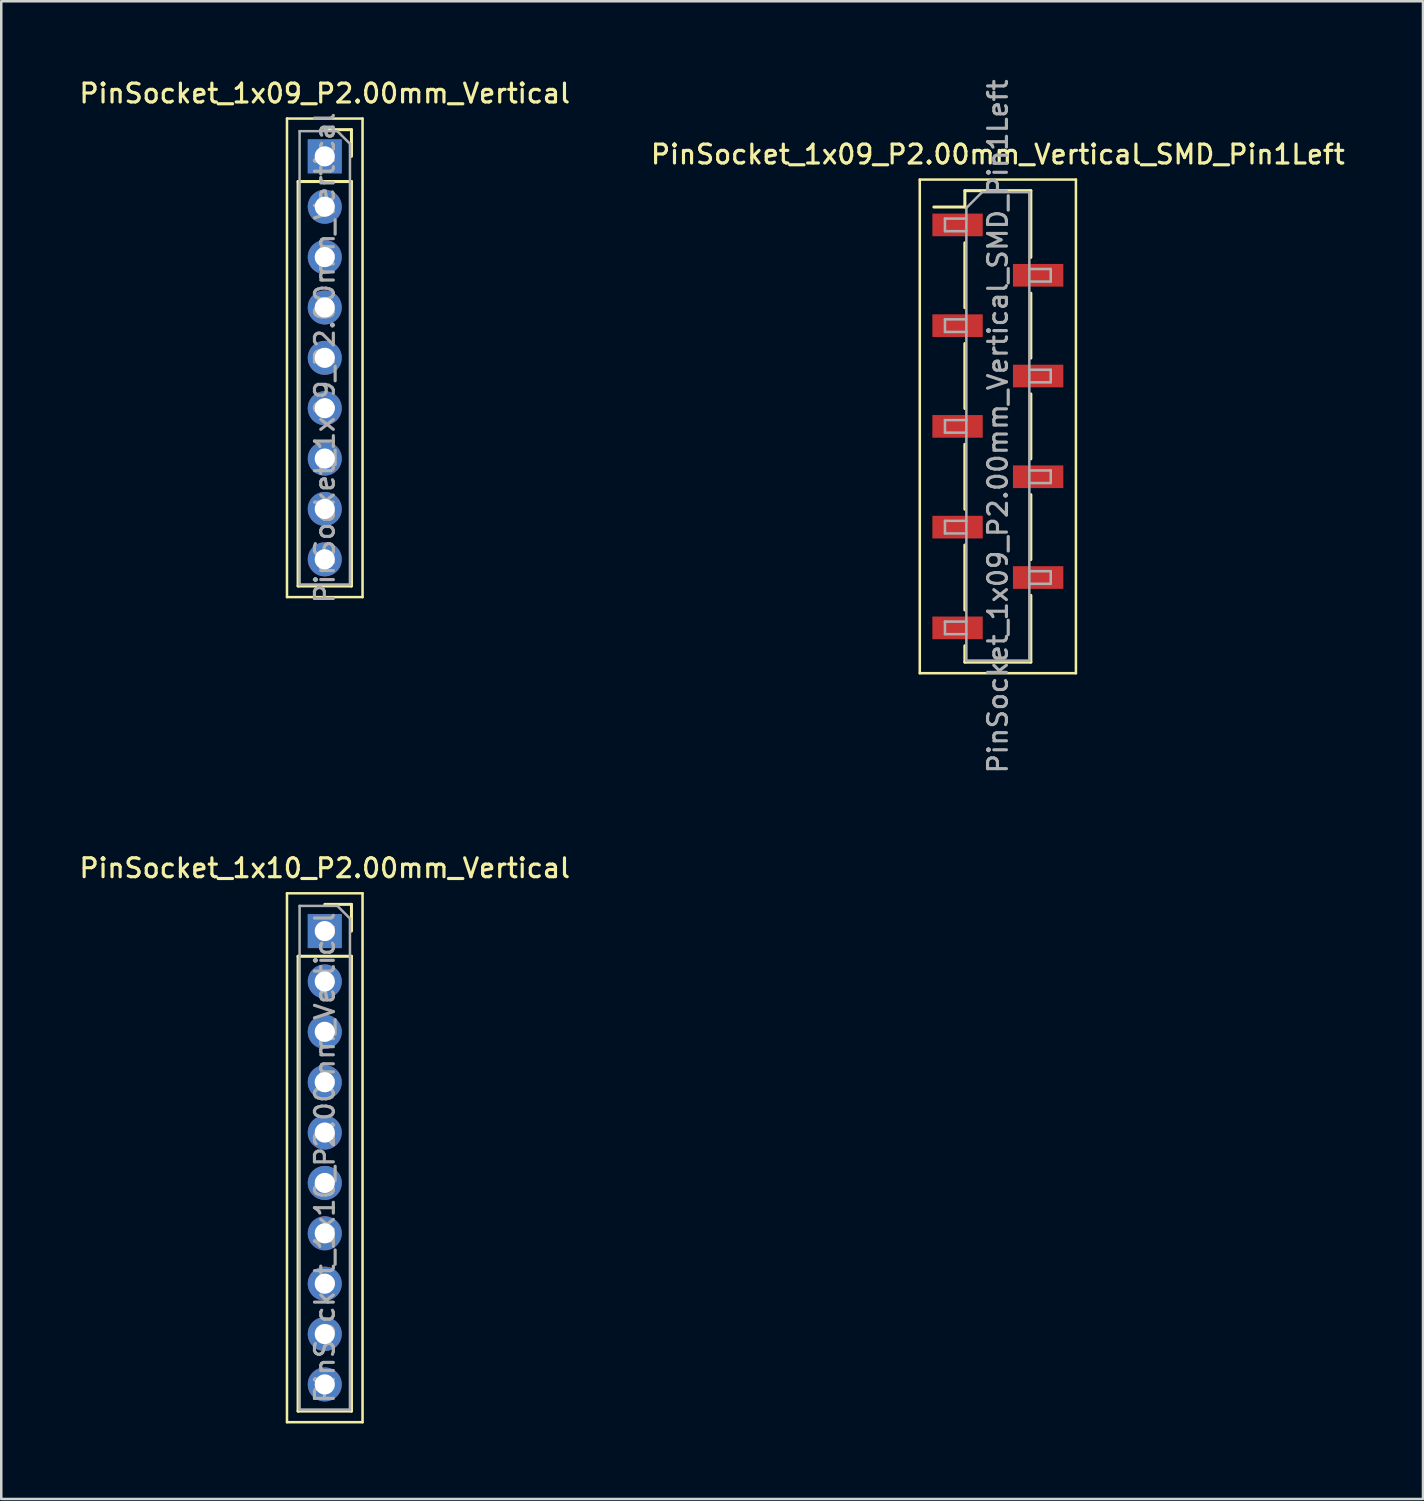
<source format=kicad_pcb>
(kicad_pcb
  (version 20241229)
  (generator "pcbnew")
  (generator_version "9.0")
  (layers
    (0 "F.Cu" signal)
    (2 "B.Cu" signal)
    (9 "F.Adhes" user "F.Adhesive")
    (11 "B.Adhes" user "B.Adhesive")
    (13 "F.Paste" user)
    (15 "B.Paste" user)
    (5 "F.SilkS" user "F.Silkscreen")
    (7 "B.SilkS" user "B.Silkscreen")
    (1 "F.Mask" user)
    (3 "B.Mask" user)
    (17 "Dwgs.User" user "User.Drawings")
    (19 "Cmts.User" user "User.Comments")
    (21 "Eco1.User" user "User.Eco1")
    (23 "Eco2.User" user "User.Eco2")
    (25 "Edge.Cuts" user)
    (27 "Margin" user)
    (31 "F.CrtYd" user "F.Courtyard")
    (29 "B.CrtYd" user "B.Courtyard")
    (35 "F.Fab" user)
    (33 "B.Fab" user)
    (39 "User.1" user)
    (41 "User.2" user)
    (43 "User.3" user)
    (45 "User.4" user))
  (footprint "PinSocket_1x09_P2.00mm_Vertical"
    (layer "F.Cu")
    (at 9.845 3.158)
    (property "Reference" "PinSocket_1x09_P2.00mm_Vertical" (at 0 -2.5 0) (layer "F.SilkS") (effects (font (size 0.75 0.75) (thickness 0.125))))
    (attr through_hole)
    (fp_line (start -1.5 -1.5) (end 1.5 -1.5) (stroke (width 0.1) (type solid)) (layer "F.SilkS"))
    (fp_line (start -1.5 17.5) (end -1.5 -1.5) (stroke (width 0.1) (type solid)) (layer "F.SilkS"))
    (fp_line (start -1.06 1) (end -1.06 17.06) (stroke (width 0.12) (type solid)) (layer "F.SilkS"))
    (fp_line (start -1.06 1) (end 1.06 1) (stroke (width 0.12) (type solid)) (layer "F.SilkS"))
    (fp_line (start -1.06 17.06) (end 1.06 17.06) (stroke (width 0.12) (type solid)) (layer "F.SilkS"))
    (fp_line (start 0 -1.06) (end 1.06 -1.06) (stroke (width 0.12) (type solid)) (layer "F.SilkS"))
    (fp_line (start 1.06 -1.06) (end 1.06 0) (stroke (width 0.12) (type solid)) (layer "F.SilkS"))
    (fp_line (start 1.06 1) (end 1.06 17.06) (stroke (width 0.12) (type solid)) (layer "F.SilkS"))
    (fp_line (start 1.5 -1.5) (end 1.5 17.5) (stroke (width 0.1) (type solid)) (layer "F.SilkS"))
    (fp_line (start 1.5 17.5) (end -1.5 17.5) (stroke (width 0.1) (type solid)) (layer "F.SilkS"))
    (fp_line (start -1 -1) (end 0.5 -1) (stroke (width 0.1) (type solid)) (layer "F.Fab"))
    (fp_line (start -1 17) (end -1 -1) (stroke (width 0.1) (type solid)) (layer "F.Fab"))
    (fp_line (start 0.5 -1) (end 1 -0.5) (stroke (width 0.1) (type solid)) (layer "F.Fab"))
    (fp_line (start 1 -0.5) (end 1 17) (stroke (width 0.1) (type solid)) (layer "F.Fab"))
    (fp_line (start 1 17) (end -1 17) (stroke (width 0.1) (type solid)) (layer "F.Fab"))
    (fp_text user "${REFERENCE}" (at 0 8 90) (layer "F.Fab") (effects (font (size 0.75 0.75) (thickness 0.125))))
    (pad "1" thru_hole rect (at 0 0) (size 1.35 1.35) (drill 0.8) (layers "*.Cu" "*.Mask"))
    (pad "2" thru_hole oval (at 0 2) (size 1.35 1.35) (drill 0.8) (layers "*.Cu" "*.Mask"))
    (pad "3" thru_hole oval (at 0 4) (size 1.35 1.35) (drill 0.8) (layers "*.Cu" "*.Mask"))
    (pad "4" thru_hole oval (at 0 6) (size 1.35 1.35) (drill 0.8) (layers "*.Cu" "*.Mask"))
    (pad "5" thru_hole oval (at 0 8) (size 1.35 1.35) (drill 0.8) (layers "*.Cu" "*.Mask"))
    (pad "6" thru_hole oval (at 0 10) (size 1.35 1.35) (drill 0.8) (layers "*.Cu" "*.Mask"))
    (pad "7" thru_hole oval (at 0 12) (size 1.35 1.35) (drill 0.8) (layers "*.Cu" "*.Mask"))
    (pad "8" thru_hole oval (at 0 14) (size 1.35 1.35) (drill 0.8) (layers "*.Cu" "*.Mask"))
    (pad "9" thru_hole oval (at 0 16) (size 1.35 1.35) (drill 0.8) (layers "*.Cu" "*.Mask")))
  (footprint "PinSocket_1x10_P2.00mm_Vertical"
    (layer "F.Cu")
    (at 9.845 33.919)
    (property "Reference" "PinSocket_1x10_P2.00mm_Vertical" (at 0 -2.5 0) (layer "F.SilkS") (effects (font (size 0.75 0.75) (thickness 0.125))))
    (attr through_hole)
    (fp_line (start -1.5 -1.5) (end 1.5 -1.5) (stroke (width 0.1) (type solid)) (layer "F.SilkS"))
    (fp_line (start -1.5 19.5) (end -1.5 -1.5) (stroke (width 0.1) (type solid)) (layer "F.SilkS"))
    (fp_line (start -1.06 1) (end -1.06 19.06) (stroke (width 0.12) (type solid)) (layer "F.SilkS"))
    (fp_line (start -1.06 1) (end 1.06 1) (stroke (width 0.12) (type solid)) (layer "F.SilkS"))
    (fp_line (start -1.06 19.06) (end 1.06 19.06) (stroke (width 0.12) (type solid)) (layer "F.SilkS"))
    (fp_line (start 0 -1.06) (end 1.06 -1.06) (stroke (width 0.12) (type solid)) (layer "F.SilkS"))
    (fp_line (start 1.06 -1.06) (end 1.06 0) (stroke (width 0.12) (type solid)) (layer "F.SilkS"))
    (fp_line (start 1.06 1) (end 1.06 19.06) (stroke (width 0.12) (type solid)) (layer "F.SilkS"))
    (fp_line (start 1.5 -1.5) (end 1.5 19.5) (stroke (width 0.1) (type solid)) (layer "F.SilkS"))
    (fp_line (start 1.5 19.5) (end -1.5 19.5) (stroke (width 0.1) (type solid)) (layer "F.SilkS"))
    (fp_line (start -1 -1) (end 0.5 -1) (stroke (width 0.1) (type solid)) (layer "F.Fab"))
    (fp_line (start -1 19) (end -1 -1) (stroke (width 0.1) (type solid)) (layer "F.Fab"))
    (fp_line (start 0.5 -1) (end 1 -0.5) (stroke (width 0.1) (type solid)) (layer "F.Fab"))
    (fp_line (start 1 -0.5) (end 1 19) (stroke (width 0.1) (type solid)) (layer "F.Fab"))
    (fp_line (start 1 19) (end -1 19) (stroke (width 0.1) (type solid)) (layer "F.Fab"))
    (fp_text user "${REFERENCE}" (at 0 9 90) (layer "F.Fab") (effects (font (size 0.75 0.75) (thickness 0.125))))
    (pad "1" thru_hole rect (at 0 0) (size 1.35 1.35) (drill 0.8) (layers "*.Cu" "*.Mask"))
    (pad "2" thru_hole oval (at 0 2) (size 1.35 1.35) (drill 0.8) (layers "*.Cu" "*.Mask"))
    (pad "3" thru_hole oval (at 0 4) (size 1.35 1.35) (drill 0.8) (layers "*.Cu" "*.Mask"))
    (pad "4" thru_hole oval (at 0 6) (size 1.35 1.35) (drill 0.8) (layers "*.Cu" "*.Mask"))
    (pad "5" thru_hole oval (at 0 8) (size 1.35 1.35) (drill 0.8) (layers "*.Cu" "*.Mask"))
    (pad "6" thru_hole oval (at 0 10) (size 1.35 1.35) (drill 0.8) (layers "*.Cu" "*.Mask"))
    (pad "7" thru_hole oval (at 0 12) (size 1.35 1.35) (drill 0.8) (layers "*.Cu" "*.Mask"))
    (pad "8" thru_hole oval (at 0 14) (size 1.35 1.35) (drill 0.8) (layers "*.Cu" "*.Mask"))
    (pad "9" thru_hole oval (at 0 16) (size 1.35 1.35) (drill 0.8) (layers "*.Cu" "*.Mask"))
    (pad "10" thru_hole oval (at 0 18) (size 1.35 1.35) (drill 0.8) (layers "*.Cu" "*.Mask")))
  (footprint "PinSocket_1x09_P2.00mm_Vertical_SMD_Pin1Left"
    (layer "F.Cu")
    (at 36.57 13.88)
    (property "Reference" "PinSocket_1x09_P2.00mm_Vertical_SMD_Pin1Left" (at 0 -10.8 0) (layer "F.SilkS") (effects (font (size 0.75 0.75) (thickness 0.125))))
    (attr smd)
    (fp_line (start -3.1 -9.8) (end 3.1 -9.8) (stroke (width 0.1) (type solid)) (layer "F.SilkS"))
    (fp_line (start -3.1 9.8) (end -3.1 -9.8) (stroke (width 0.1) (type solid)) (layer "F.SilkS"))
    (fp_line (start -2.54 -8.71) (end -1.31 -8.71) (stroke (width 0.12) (type solid)) (layer "F.SilkS"))
    (fp_line (start -1.31 -9.36) (end -1.31 -8.71) (stroke (width 0.12) (type solid)) (layer "F.SilkS"))
    (fp_line (start -1.31 -9.36) (end 1.31 -9.36) (stroke (width 0.12) (type solid)) (layer "F.SilkS"))
    (fp_line (start -1.31 -7.29) (end -1.31 -4.71) (stroke (width 0.12) (type solid)) (layer "F.SilkS"))
    (fp_line (start -1.31 -3.29) (end -1.31 -0.71) (stroke (width 0.12) (type solid)) (layer "F.SilkS"))
    (fp_line (start -1.31 0.71) (end -1.31 3.29) (stroke (width 0.12) (type solid)) (layer "F.SilkS"))
    (fp_line (start -1.31 4.71) (end -1.31 7.29) (stroke (width 0.12) (type solid)) (layer "F.SilkS"))
    (fp_line (start -1.31 8.71) (end -1.31 9.36) (stroke (width 0.12) (type solid)) (layer "F.SilkS"))
    (fp_line (start -1.31 9.36) (end 1.31 9.36) (stroke (width 0.12) (type solid)) (layer "F.SilkS"))
    (fp_line (start 1.31 -9.36) (end 1.31 -6.71) (stroke (width 0.12) (type solid)) (layer "F.SilkS"))
    (fp_line (start 1.31 -5.29) (end 1.31 -2.71) (stroke (width 0.12) (type solid)) (layer "F.SilkS"))
    (fp_line (start 1.31 -1.29) (end 1.31 1.29) (stroke (width 0.12) (type solid)) (layer "F.SilkS"))
    (fp_line (start 1.31 2.71) (end 1.31 5.29) (stroke (width 0.12) (type solid)) (layer "F.SilkS"))
    (fp_line (start 1.31 6.71) (end 1.31 9.36) (stroke (width 0.12) (type solid)) (layer "F.SilkS"))
    (fp_line (start 3.1 -9.8) (end 3.1 9.8) (stroke (width 0.1) (type solid)) (layer "F.SilkS"))
    (fp_line (start 3.1 9.8) (end -3.1 9.8) (stroke (width 0.1) (type solid)) (layer "F.SilkS"))
    (fp_line (start -2.1 -8.25) (end -1.25 -8.25) (stroke (width 0.1) (type solid)) (layer "F.Fab"))
    (fp_line (start -2.1 -7.75) (end -2.1 -8.25) (stroke (width 0.1) (type solid)) (layer "F.Fab"))
    (fp_line (start -2.1 -4.25) (end -1.25 -4.25) (stroke (width 0.1) (type solid)) (layer "F.Fab"))
    (fp_line (start -2.1 -3.75) (end -2.1 -4.25) (stroke (width 0.1) (type solid)) (layer "F.Fab"))
    (fp_line (start -2.1 -0.25) (end -1.25 -0.25) (stroke (width 0.1) (type solid)) (layer "F.Fab"))
    (fp_line (start -2.1 0.25) (end -2.1 -0.25) (stroke (width 0.1) (type solid)) (layer "F.Fab"))
    (fp_line (start -2.1 3.75) (end -1.25 3.75) (stroke (width 0.1) (type solid)) (layer "F.Fab"))
    (fp_line (start -2.1 4.25) (end -2.1 3.75) (stroke (width 0.1) (type solid)) (layer "F.Fab"))
    (fp_line (start -2.1 7.75) (end -1.25 7.75) (stroke (width 0.1) (type solid)) (layer "F.Fab"))
    (fp_line (start -2.1 8.25) (end -2.1 7.75) (stroke (width 0.1) (type solid)) (layer "F.Fab"))
    (fp_line (start -1.25 -8.675) (end -0.625 -9.3) (stroke (width 0.1) (type solid)) (layer "F.Fab"))
    (fp_line (start -1.25 -7.75) (end -2.1 -7.75) (stroke (width 0.1) (type solid)) (layer "F.Fab"))
    (fp_line (start -1.25 -3.75) (end -2.1 -3.75) (stroke (width 0.1) (type solid)) (layer "F.Fab"))
    (fp_line (start -1.25 0.25) (end -2.1 0.25) (stroke (width 0.1) (type solid)) (layer "F.Fab"))
    (fp_line (start -1.25 4.25) (end -2.1 4.25) (stroke (width 0.1) (type solid)) (layer "F.Fab"))
    (fp_line (start -1.25 8.25) (end -2.1 8.25) (stroke (width 0.1) (type solid)) (layer "F.Fab"))
    (fp_line (start -1.25 9.3) (end -1.25 -8.675) (stroke (width 0.1) (type solid)) (layer "F.Fab"))
    (fp_line (start -0.625 -9.3) (end 1.25 -9.3) (stroke (width 0.1) (type solid)) (layer "F.Fab"))
    (fp_line (start 1.25 -9.3) (end 1.25 9.3) (stroke (width 0.1) (type solid)) (layer "F.Fab"))
    (fp_line (start 1.25 -6.25) (end 2.1 -6.25) (stroke (width 0.1) (type solid)) (layer "F.Fab"))
    (fp_line (start 1.25 -2.25) (end 2.1 -2.25) (stroke (width 0.1) (type solid)) (layer "F.Fab"))
    (fp_line (start 1.25 1.75) (end 2.1 1.75) (stroke (width 0.1) (type solid)) (layer "F.Fab"))
    (fp_line (start 1.25 5.75) (end 2.1 5.75) (stroke (width 0.1) (type solid)) (layer "F.Fab"))
    (fp_line (start 1.25 9.3) (end -1.25 9.3) (stroke (width 0.1) (type solid)) (layer "F.Fab"))
    (fp_line (start 2.1 -6.25) (end 2.1 -5.75) (stroke (width 0.1) (type solid)) (layer "F.Fab"))
    (fp_line (start 2.1 -5.75) (end 1.25 -5.75) (stroke (width 0.1) (type solid)) (layer "F.Fab"))
    (fp_line (start 2.1 -2.25) (end 2.1 -1.75) (stroke (width 0.1) (type solid)) (layer "F.Fab"))
    (fp_line (start 2.1 -1.75) (end 1.25 -1.75) (stroke (width 0.1) (type solid)) (layer "F.Fab"))
    (fp_line (start 2.1 1.75) (end 2.1 2.25) (stroke (width 0.1) (type solid)) (layer "F.Fab"))
    (fp_line (start 2.1 2.25) (end 1.25 2.25) (stroke (width 0.1) (type solid)) (layer "F.Fab"))
    (fp_line (start 2.1 5.75) (end 2.1 6.25) (stroke (width 0.1) (type solid)) (layer "F.Fab"))
    (fp_line (start 2.1 6.25) (end 1.25 6.25) (stroke (width 0.1) (type solid)) (layer "F.Fab"))
    (fp_text user "${REFERENCE}" (at 0 0 90) (layer "F.Fab") (effects (font (size 0.75 0.75) (thickness 0.125))))
    (pad "1" smd rect (at -1.6 -8) (size 2 0.9) (layers "F.Cu" "F.Mask" "F.Paste"))
    (pad "2" smd rect (at 1.6 -6) (size 2 0.9) (layers "F.Cu" "F.Mask" "F.Paste"))
    (pad "3" smd rect (at -1.6 -4) (size 2 0.9) (layers "F.Cu" "F.Mask" "F.Paste"))
    (pad "4" smd rect (at 1.6 -2) (size 2 0.9) (layers "F.Cu" "F.Mask" "F.Paste"))
    (pad "5" smd rect (at -1.6 0) (size 2 0.9) (layers "F.Cu" "F.Mask" "F.Paste"))
    (pad "6" smd rect (at 1.6 2) (size 2 0.9) (layers "F.Cu" "F.Mask" "F.Paste"))
    (pad "7" smd rect (at -1.6 4) (size 2 0.9) (layers "F.Cu" "F.Mask" "F.Paste"))
    (pad "8" smd rect (at 1.6 6) (size 2 0.9) (layers "F.Cu" "F.Mask" "F.Paste"))
    (pad "9" smd rect (at -1.6 8) (size 2 0.9) (layers "F.Cu" "F.Mask" "F.Paste")))
  (gr_rect
    (start -3 -3)
    (end 53.45 56.469)
    (stroke (width 0.1) (type default))
    (fill no)
    (layer "Edge.Cuts")))
</source>
